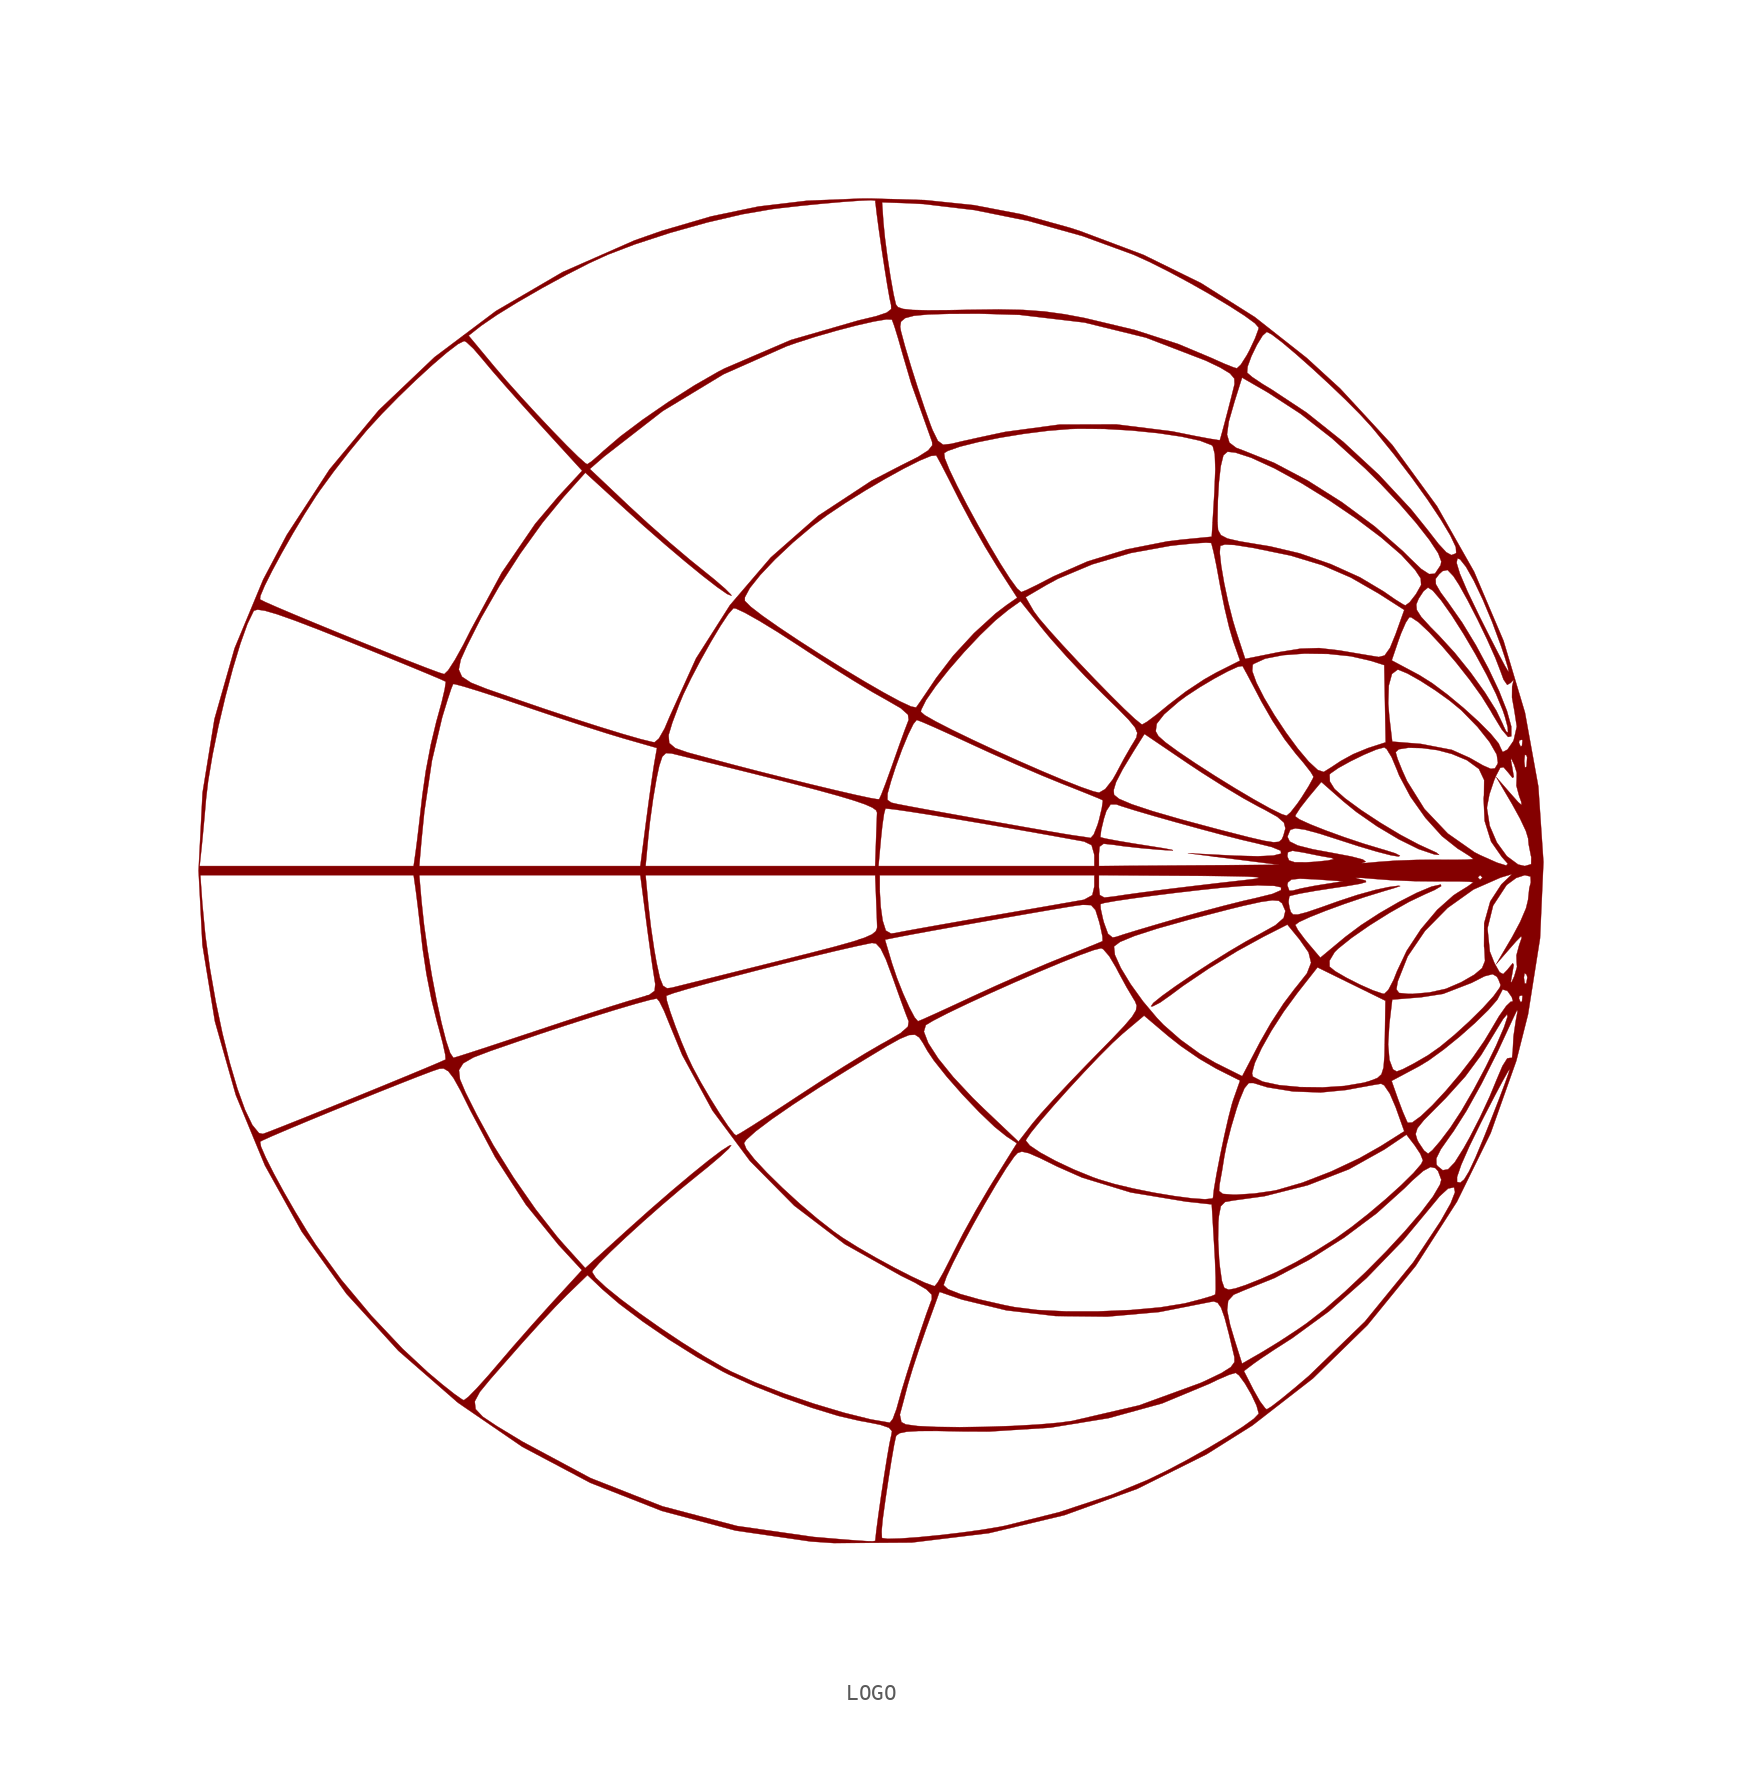
<source format=kicad_sym>
(kicad_symbol_lib
  (version 20220914)
  (generator "bitmap2component")
  (generator_version "8.0")
  (symbol "LOGO"
    (pin_names
      (offset 1.016))
    (property "Reference" "#G"
      (at 0 44.172 0)
      (effects (font (size 1.27 1.27)) hide))
    (symbol "LOGO_0_0"
      (polyline (pts (xy 2.572 -42.287) (xy 7.391 -41.702) (xy 12.107 -40.579) (xy 16.663 -38.931) (xy 21.001 -36.77) (xy 23.856 -34.974) (xy 27.641 -32.036) (xy 31.058 -28.695) (xy 34.074 -24.995) (xy 36.652 -20.98) (xy 38.759 -16.694) (xy 40.36 -12.181) (xy 41.094 -9.276) (xy 41.846 -4.512) (xy 42.057 0.249) (xy 41.739 4.965) (xy 40.903 9.59) (xy 39.561 14.082) (xy 37.724 18.397) (xy 35.403 22.491) (xy 32.61 26.319) (xy 29.357 29.84) (xy 27.255 31.764) (xy 24.012 34.317) (xy 20.652 36.439) (xy 17.044 38.209) (xy 13.057 39.705) (xy 12.46 39.897) (xy 9.409 40.746) (xy 6.457 41.312) (xy 3.392 41.628) (xy 0 41.726) (xy -0.666 41.722) (xy -3.981 41.587) (xy -7.009 41.227) (xy -9.963 40.611) (xy -13.057 39.705) (xy -14.758 39.108) (xy -19.246 37.133) (xy -23.424 34.693) (xy -25.47 33.155) (xy -25.129 33.155) (xy -24.42 33.712) (xy -24.311 33.796) (xy -23.355 34.45) (xy -22.055 35.251) (xy -20.562 36.112) (xy -19.025 36.95) (xy -17.596 37.681) (xy -16.422 38.219) (xy -14.758 38.854) (xy -12.538 39.579) (xy -10.226 40.227) (xy -8.024 40.741) (xy -6.136 41.066) (xy -5.658 41.125) (xy -4.34 41.273) (xy -2.993 41.406) (xy -1.738 41.515) (xy -0.693 41.59) (xy 0.023 41.621) (xy 0.291 41.598) (xy 0.297 41.53) (xy 0.301 41.489) (xy 0.714 41.489) (xy 2.426 41.428) (xy 3.317 41.38) (xy 6.505 41.002) (xy 9.882 40.32) (xy 13.253 39.377) (xy 16.424 38.218) (xy 17.427 37.764) (xy 18.647 37.151) (xy 19.95 36.451) (xy 21.238 35.721) (xy 22.411 35.019) (xy 23.372 34.403) (xy 24.02 33.93) (xy 24.259 33.657) (xy 24.238 33.542) (xy 24.034 32.99) (xy 23.682 32.238) (xy 23.511 31.921) (xy 23.14 31.34) (xy 22.897 31.111) (xy 22.695 31.167) (xy 22.087 31.409) (xy 21.262 31.778) (xy 19.232 32.63) (xy 16.502 33.513) (xy 13.377 34.257) (xy 12.126 34.492) (xy 10.855 34.667) (xy 9.537 34.763) (xy 7.997 34.793) (xy 6.061 34.769) (xy 4.968 34.748) (xy 3.576 34.737) (xy 2.623 34.761) (xy 2.027 34.826) (xy 1.707 34.938) (xy 1.581 35.103) (xy 1.435 35.74) (xy 1.246 36.802) (xy 1.056 38.04) (xy 0.897 39.249) (xy 0.801 40.222) (xy 0.714 41.489) (xy 0.301 41.489) (xy 0.378 40.815) (xy 0.515 39.786) (xy 0.688 38.59) (xy 0.873 37.373) (xy 1.048 36.282) (xy 1.192 35.464) (xy 1.281 35.065) (xy 1.286 34.812) (xy 1.009 34.594) (xy 0.356 34.373) (xy -0.767 34.103) (xy -4.993 32.88) (xy -9.133 31.103) (xy -9.518 30.904) (xy -11.006 30.05) (xy -12.63 29.017) (xy -14.229 27.916) (xy -15.643 26.854) (xy -16.709 25.943) (xy -16.926 25.741) (xy -17.444 25.293) (xy -17.715 25.115) (xy -17.831 25.183) (xy -18.286 25.59) (xy -18.994 26.288) (xy -19.874 27.195) (xy -20.846 28.224) (xy -21.829 29.292) (xy -22.743 30.313) (xy -23.507 31.204) (xy -25.129 33.155) (xy -25.47 33.155) (xy -27.264 31.807) (xy -30.74 28.499) (xy -33.825 24.79) (xy -36.492 20.702) (xy -37.967 17.911) (xy -38.483 16.671) (xy -38.17 16.671) (xy -38.141 16.892) (xy -37.876 17.522) (xy -37.411 18.451) (xy -36.803 19.577) (xy -36.107 20.798) (xy -35.378 22.012) (xy -34.671 23.117) (xy -34.428 23.472) (xy -33.563 24.655) (xy -32.55 25.958) (xy -31.56 27.157) (xy -31.444 27.291) (xy -30.544 28.273) (xy -29.511 29.326) (xy -28.431 30.369) (xy -27.393 31.32) (xy -26.485 32.1) (xy -25.794 32.627) (xy -25.408 32.82) (xy -25.264 32.748) (xy -24.827 32.34) (xy -24.269 31.692) (xy -24.21 31.619) (xy -23.629 30.927) (xy -22.781 29.954) (xy -21.771 28.817) (xy -20.703 27.636) (xy -18.03 24.709) (xy -19.535 23.083) (xy -20.965 21.393) (xy -23.06 18.332) (xy -24.997 14.751) (xy -25.454 13.842) (xy -25.985 12.884) (xy -26.374 12.281) (xy -25.744 12.281) (xy -25.623 12.894) (xy -25.232 13.764) (xy -24.618 14.983) (xy -24.341 15.523) (xy -23.212 17.495) (xy -21.888 19.545) (xy -20.504 21.47) (xy -19.195 23.067) (xy -17.832 24.587) (xy -15.266 22.24) (xy -14.173 21.255) (xy -12.857 20.105) (xy -11.608 19.047) (xy -10.495 18.138) (xy -9.591 17.438) (xy -8.968 17.004) (xy -8.696 16.894) (xy -8.728 16.966) (xy -9.086 17.326) (xy -9.755 17.905) (xy -10.642 18.621) (xy -11.287 19.141) (xy -12.548 20.209) (xy -13.894 21.396) (xy -15.126 22.528) (xy -17.552 24.821) (xy -16.695 25.564) (xy -16.669 25.587) (xy -12.994 28.442) (xy -9.193 30.741) (xy -5.262 32.486) (xy -4.657 32.699) (xy -3.414 33.096) (xy -2.107 33.472) (xy -0.859 33.797) (xy 0.211 34.04) (xy 0.98 34.17) (xy 1.327 34.157) (xy 1.341 34.135) (xy 1.489 33.734) (xy 1.494 33.716) (xy 1.847 33.716) (xy 1.899 34.031) (xy 2.161 34.252) (xy 2.705 34.396) (xy 3.602 34.479) (xy 4.925 34.518) (xy 6.747 34.529) (xy 9.297 34.455) (xy 13.365 33.975) (xy 17.211 33.03) (xy 20.928 31.603) (xy 21.839 31.169) (xy 22.382 30.843) (xy 23.533 30.843) (xy 23.566 31.223) (xy 23.803 31.869) (xy 24.148 32.58) (xy 24.501 33.155) (xy 24.767 33.391) (xy 25.08 33.225) (xy 25.722 32.734) (xy 26.595 31.998) (xy 27.607 31.1) (xy 28.67 30.12) (xy 29.693 29.142) (xy 30.586 28.244) (xy 31.26 27.511) (xy 31.549 27.168) (xy 32.722 25.725) (xy 33.827 24.278) (xy 34.815 22.902) (xy 35.636 21.67) (xy 36.242 20.657) (xy 36.581 19.934) (xy 36.605 19.577) (xy 36.553 19.529) (xy 36.304 19.437) (xy 35.982 19.615) (xy 35.505 20.129) (xy 34.79 21.048) (xy 33.771 22.312) (xy 31.773 24.456) (xy 29.547 26.515) (xy 27.251 28.345) (xy 25.043 29.804) (xy 24.501 30.131) (xy 23.851 30.567) (xy 23.534 30.84) (xy 23.533 30.843) (xy 22.382 30.843) (xy 22.464 30.793) (xy 22.735 30.472) (xy 22.748 30.127) (xy 22.713 29.976) (xy 22.554 29.338) (xy 22.337 28.495) (xy 22.111 27.634) (xy 21.934 26.977) (xy 22.277 26.977) (xy 22.389 27.787) (xy 22.74 29.011) (xy 23.219 30.531) (xy 24.524 29.779) (xy 24.854 29.586) (xy 26.87 28.273) (xy 28.837 26.736) (xy 30.925 24.841) (xy 31.864 23.911) (xy 33.058 22.645) (xy 34.102 21.442) (xy 34.931 20.385) (xy 35.477 19.556) (xy 35.674 19.035) (xy 35.66 18.962) (xy 36.626 18.962) (xy 36.685 19.229) (xy 36.843 19.174) (xy 37.219 18.7) (xy 37.709 17.83) (xy 38.268 16.652) (xy 38.853 15.253) (xy 39.42 13.723) (xy 39.644 13.053) (xy 39.838 12.401) (xy 39.885 12.13) (xy 39.865 12.148) (xy 39.652 12.508) (xy 39.25 13.262) (xy 38.707 14.319) (xy 38.069 15.587) (xy 38.061 15.604) (xy 37.304 17.177) (xy 36.829 18.288) (xy 36.626 18.962) (xy 35.66 18.962) (xy 35.631 18.807) (xy 35.298 18.308) (xy 35.244 18.27) (xy 34.909 18.252) (xy 34.41 18.576) (xy 33.657 19.299) (xy 33.269 19.686) (xy 31.494 21.24) (xy 29.459 22.744) (xy 27.317 24.098) (xy 25.223 25.204) (xy 23.331 25.962) (xy 22.858 26.139) (xy 22.426 26.466) (xy 22.277 26.977) (xy 21.934 26.977) (xy 21.926 26.947) (xy 21.831 26.623) (xy 21.726 26.627) (xy 21.175 26.716) (xy 20.262 26.887) (xy 19.108 27.119) (xy 18.832 27.174) (xy 15.355 27.607) (xy 11.814 27.596) (xy 8.419 27.139) (xy 7.916 27.033) (xy 6.708 26.773) (xy 5.704 26.55) (xy 5.081 26.402) (xy 5.041 26.392) (xy 4.533 26.336) (xy 4.202 26.581) (xy 3.874 27.249) (xy 3.753 27.555) (xy 3.386 28.578) (xy 2.955 29.873) (xy 2.521 31.243) (xy 2.147 32.494) (xy 1.896 33.43) (xy 1.847 33.716) (xy 1.494 33.716) (xy 1.729 32.952) (xy 2.018 31.933) (xy 2.545 30.144) (xy 3.844 26.509) (xy 3.856 26.3) (xy 3.6 25.98) (xy 3.332 25.809) (xy 4.595 25.809) (xy 4.819 25.948) (xy 5.58 26.215) (xy 6.712 26.498) (xy 8.091 26.774) (xy 9.591 27.019) (xy 11.088 27.208) (xy 12.459 27.318) (xy 13.021 27.337) (xy 14.624 27.323) (xy 16.315 27.225) (xy 17.962 27.06) (xy 19.433 26.842) (xy 20.597 26.586) (xy 21.321 26.308) (xy 21.391 26.234) (xy 21.515 25.748) (xy 21.547 24.802) (xy 21.488 23.344) (xy 21.376 21.483) (xy 21.683 21.483) (xy 21.693 22.195) (xy 21.705 22.829) (xy 21.772 23.991) (xy 21.877 24.921) (xy 21.895 25.031) (xy 22.052 25.673) (xy 22.309 25.898) (xy 22.801 25.845) (xy 23.788 25.525) (xy 25.251 24.855) (xy 26.914 23.944) (xy 28.657 22.87) (xy 30.36 21.712) (xy 31.904 20.548) (xy 33.169 19.456) (xy 34.034 18.514) (xy 34.387 17.977) (xy 34.412 17.568) (xy 34.101 17.016) (xy 34.086 16.993) (xy 33.695 16.487) (xy 33.515 16.354) (xy 34.108 16.354) (xy 34.262 16.723) (xy 34.566 17.186) (xy 34.842 17.409) (xy 35.141 17.218) (xy 35.661 16.608) (xy 36.319 15.677) (xy 37.053 14.525) (xy 37.801 13.254) (xy 38.502 11.963) (xy 39.095 10.754) (xy 39.518 9.728) (xy 39.651 9.33) (xy 39.826 8.668) (xy 39.842 8.353) (xy 39.733 8.396) (xy 39.543 8.797) (xy 39.527 8.845) (xy 39.108 9.719) (xy 38.398 10.853) (xy 37.498 12.105) (xy 36.507 13.335) (xy 35.527 14.405) (xy 35.008 14.928) (xy 34.417 15.573) (xy 34.139 16.01) (xy 34.108 16.354) (xy 33.515 16.354) (xy 33.43 16.291) (xy 33.301 16.347) (xy 32.803 16.656) (xy 32.107 17.138) (xy 32.078 17.159) (xy 30.587 18.048) (xy 28.756 18.875) (xy 26.807 19.55) (xy 24.967 19.983) (xy 24.188 20.11) (xy 23.037 20.303) (xy 22.304 20.473) (xy 21.896 20.685) (xy 21.72 21.001) (xy 21.683 21.483) (xy 21.376 21.483) (xy 21.323 20.585) (xy 19.437 20.402) (xy 18.568 20.298) (xy 16.022 19.796) (xy 13.563 19.042) (xy 11.425 18.104) (xy 11.308 18.042) (xy 10.408 17.577) (xy 9.731 17.248) (xy 9.418 17.124) (xy 9.162 17.343) (xy 8.705 17.972) (xy 8.106 18.911) (xy 7.422 20.06) (xy 6.706 21.32) (xy 6.014 22.592) (xy 5.402 23.777) (xy 4.925 24.774) (xy 4.637 25.485) (xy 4.595 25.809) (xy 3.332 25.809) (xy 2.962 25.573) (xy 1.864 25.022) (xy 0.057 24.086) (xy -3.278 21.893) (xy -6.239 19.288) (xy -8.381 16.788) (xy -7.866 16.788) (xy -7.552 17.373) (xy -6.901 18.189) (xy -5.981 19.162) (xy -4.86 20.216) (xy -3.606 21.276) (xy -3.604 21.278) (xy -2.695 21.951) (xy -1.573 22.701) (xy -0.338 23.471) (xy 0.911 24.205) (xy 2.079 24.848) (xy 3.064 25.343) (xy 3.771 25.635) (xy 4.1 25.667) (xy 4.167 25.559) (xy 4.45 25.032) (xy 4.89 24.178) (xy 5.425 23.117) (xy 5.57 22.831) (xy 6.33 21.405) (xy 7.158 19.947) (xy 7.9 18.731) (xy 9.142 16.806) (xy 9.69 16.806) (xy 10.987 17.567) (xy 11.714 17.96) (xy 13.857 18.859) (xy 16.263 19.566) (xy 18.718 20.013) (xy 19.183 20.067) (xy 20.22 20.169) (xy 20.966 20.215) (xy 21.283 20.195) (xy 21.311 20.133) (xy 21.438 19.637) (xy 21.448 19.59) (xy 21.824 19.59) (xy 21.856 20.011) (xy 22.144 20.099) (xy 22.753 20.07) (xy 23.918 19.886) (xy 26.255 19.406) (xy 28.24 18.804) (xy 30.023 18.031) (xy 31.755 17.036) (xy 33.358 16.01) (xy 32.819 14.498) (xy 32.468 13.637) (xy 32.13 13.162) (xy 31.766 13.066) (xy 31.305 13.141) (xy 30.437 13.286) (xy 29.395 13.462) (xy 29.301 13.478) (xy 28.037 13.624) (xy 26.867 13.588) (xy 25.477 13.363) (xy 23.414 12.948) (xy 22.845 14.679) (xy 22.646 15.34) (xy 22.352 16.494) (xy 22.099 17.685) (xy 21.914 18.766) (xy 21.824 19.59) (xy 21.448 19.59) (xy 21.618 18.769) (xy 21.821 17.664) (xy 21.867 17.408) (xy 22.129 16.108) (xy 22.414 14.91) (xy 22.667 14.046) (xy 23.093 12.84) (xy 21.606 12.093) (xy 20.861 11.673) (xy 19.697 10.903) (xy 18.648 10.097) (xy 17.881 9.469) (xy 17.28 9.019) (xy 16.98 8.847) (xy 16.918 8.873) (xy 16.515 9.199) (xy 15.839 9.835) (xy 14.969 10.699) (xy 13.986 11.704) (xy 12.971 12.769) (xy 12.004 13.807) (xy 11.166 14.737) (xy 10.536 15.473) (xy 10.196 15.931) (xy 9.69 16.806) (xy 9.142 16.806) (xy 9.164 16.771) (xy 8.506 16.315) (xy 7.812 15.787) (xy 6.464 14.557) (xy 5.16 13.143) (xy 4.099 11.754) (xy 3.534 10.912) (xy 3.082 10.248) (xy 2.847 9.915) (xy 2.844 9.912) (xy 2.531 9.971) (xy 1.832 10.296) (xy 0.833 10.836) (xy -0.383 11.538) (xy -1.731 12.349) (xy -3.126 13.217) (xy -4.484 14.09) (xy -5.721 14.914) (xy -6.753 15.637) (xy -7.494 16.208) (xy -7.861 16.573) (xy -7.866 16.788) (xy -8.381 16.788) (xy -8.793 16.306) (xy -10.911 12.981) (xy -12.559 9.347) (xy -12.878 8.595) (xy -13.114 8.181) (xy -12.63 8.181) (xy -12.397 8.956) (xy -11.955 10.132) (xy -11.711 10.718) (xy -11.223 11.73) (xy -10.626 12.868) (xy -9.99 14.003) (xy -9.388 15.008) (xy -8.892 15.755) (xy -8.574 16.117) (xy -8.424 16.096) (xy -7.853 15.831) (xy -6.951 15.323) (xy -5.805 14.624) (xy -4.502 13.783) (xy -3.896 13.384) (xy -2.442 12.448) (xy -1.065 11.587) (xy 0.102 10.883) (xy 0.929 10.417) (xy 0.957 10.402) (xy 1.883 9.867) (xy 2.138 9.64) (xy 3.141 9.64) (xy 3.16 9.76) (xy 3.465 10.372) (xy 4.072 11.245) (xy 4.893 12.278) (xy 5.844 13.373) (xy 6.837 14.427) (xy 7.787 15.341) (xy 8.608 16.013) (xy 9.367 16.555) (xy 10.791 14.77) (xy 11.262 14.205) (xy 12.268 13.077) (xy 13.422 11.853) (xy 14.557 10.713) (xy 15.428 9.864) (xy 16.129 9.149) (xy 16.524 8.666) (xy 16.627 8.422) (xy 17.821 8.422) (xy 17.884 8.894) (xy 18.349 9.486) (xy 19.264 10.279) (xy 19.74 10.63) (xy 20.578 11.179) (xy 21.484 11.717) (xy 22.322 12.168) (xy 22.954 12.456) (xy 23.246 12.505) (xy 23.269 12.469) (xy 23.424 12.186) (xy 23.855 12.186) (xy 23.884 12.583) (xy 23.946 12.638) (xy 24.666 12.965) (xy 25.779 13.181) (xy 27.141 13.281) (xy 28.604 13.259) (xy 30.023 13.112) (xy 31.154 12.855) (xy 32.574 12.855) (xy 33.009 14.133) (xy 33.154 14.533) (xy 33.452 15.217) (xy 33.671 15.551) (xy 33.792 15.548) (xy 34.249 15.242) (xy 34.922 14.608) (xy 35.731 13.737) (xy 36.599 12.719) (xy 37.445 11.646) (xy 38.192 10.608) (xy 38.76 9.697) (xy 38.865 9.507) (xy 39.456 8.531) (xy 39.848 8.07) (xy 40.049 8.11) (xy 40.05 8.111) (xy 40.047 8.72) (xy 39.775 9.699) (xy 39.284 10.942) (xy 38.621 12.345) (xy 37.837 13.803) (xy 36.981 15.212) (xy 36.102 16.468) (xy 35.628 17.109) (xy 35.331 17.622) (xy 35.317 17.953) (xy 35.54 18.246) (xy 35.754 18.44) (xy 36.065 18.507) (xy 36.429 18.122) (xy 36.78 17.581) (xy 37.325 16.601) (xy 37.94 15.404) (xy 38.541 14.156) (xy 39.048 13.021) (xy 39.378 12.166) (xy 39.563 11.658) (xy 39.793 11.327) (xy 40.015 11.453) (xy 40.028 11.47) (xy 40.197 11.642) (xy 40.122 11.314) (xy 40.1 11.223) (xy 40.093 10.539) (xy 40.242 9.696) (xy 40.392 8.719) (xy 40.199 7.872) (xy 40.15 7.769) (xy 40.105 7.706) (xy 40.526 7.706) (xy 40.547 7.857) (xy 40.716 7.896) (xy 40.75 7.854) (xy 40.716 7.515) (xy 40.63 7.471) (xy 40.526 7.706) (xy 40.105 7.706) (xy 39.809 7.28) (xy 39.512 7.124) (xy 39.384 7.378) (xy 39.257 7.664) (xy 38.764 8.265) (xy 37.996 9.037) (xy 37.06 9.885) (xy 36.06 10.714) (xy 35.104 11.43) (xy 34.295 11.938) (xy 32.574 12.855) (xy 31.154 12.855) (xy 31.251 12.833) (xy 32.107 12.56) (xy 32.151 10.167) (xy 32.355 10.167) (xy 32.389 11.278) (xy 32.588 12.009) (xy 32.938 12.272) (xy 33.01 12.263) (xy 33.558 12.037) (xy 34.372 11.578) (xy 35.303 10.979) (xy 36.2 10.336) (xy 36.914 9.746) (xy 36.944 9.717) (xy 37.937 8.699) (xy 38.691 7.75) (xy 39.139 6.968) (xy 39.213 6.449) (xy 39.178 6.361) (xy 39.025 6.107) (xy 38.77 6.075) (xy 38.282 6.288) (xy 37.434 6.77) (xy 36.334 7.261) (xy 34.401 7.634) (xy 32.605 7.778) (xy 32.424 9.319) (xy 32.355 10.167) (xy 32.151 10.167) (xy 32.151 10.146) (xy 32.196 7.732) (xy 31.152 7.394) (xy 31.085 7.372) (xy 30.169 6.995) (xy 29.395 6.571) (xy 28.816 6.188) (xy 28.337 5.888) (xy 28.322 5.88) (xy 27.949 6.006) (xy 27.385 6.529) (xy 26.7 7.344) (xy 25.962 8.348) (xy 25.239 9.438) (xy 24.601 10.51) (xy 24.117 11.46) (xy 23.855 12.186) (xy 23.424 12.186) (xy 23.492 12.062) (xy 23.889 11.312) (xy 24.395 10.346) (xy 24.427 10.284) (xy 25.116 9.086) (xy 25.886 7.917) (xy 26.577 7.02) (xy 27.058 6.455) (xy 27.509 5.879) (xy 27.683 5.587) (xy 27.644 5.471) (xy 27.374 4.977) (xy 26.932 4.275) (xy 26.679 3.907) (xy 26.251 3.359) (xy 26.004 3.146) (xy 25.705 3.239) (xy 24.975 3.598) (xy 23.962 4.162) (xy 22.775 4.864) (xy 21.522 5.639) (xy 20.308 6.42) (xy 19.243 7.138) (xy 18.434 7.729) (xy 17.987 8.125) (xy 17.821 8.422) (xy 16.627 8.422) (xy 16.668 8.326) (xy 16.617 8.04) (xy 16.428 7.716) (xy 16.298 7.508) (xy 15.827 6.689) (xy 15.343 5.779) (xy 15.13 5.403) (xy 14.666 4.81) (xy 14.54 4.737) (xy 15.189 4.737) (xy 15.345 5.252) (xy 15.752 6.04) (xy 16.452 7.196) (xy 17.118 8.256) (xy 19.836 6.413) (xy 20.706 5.837) (xy 22.047 4.988) (xy 23.294 4.24) (xy 24.262 3.708) (xy 24.606 3.533) (xy 25.423 3.077) (xy 25.835 2.719) (xy 25.93 2.355) (xy 25.798 1.878) (xy 25.777 1.835) (xy 26.056 1.835) (xy 26.212 2.22) (xy 26.256 2.272) (xy 26.549 2.356) (xy 27.125 2.279) (xy 28.065 2.025) (xy 29.454 1.578) (xy 30.487 1.244) (xy 31.638 0.902) (xy 32.52 0.673) (xy 32.999 0.596) (xy 33.091 0.643) (xy 32.797 0.796) (xy 32.107 1.013) (xy 31.974 1.05) (xy 30.82 1.397) (xy 29.604 1.804) (xy 28.447 2.224) (xy 27.469 2.612) (xy 26.794 2.922) (xy 26.542 3.108) (xy 26.573 3.2) (xy 26.863 3.648) (xy 27.357 4.28) (xy 28.173 5.257) (xy 29.564 4.032) (xy 30.362 3.384) (xy 31.66 2.481) (xy 33.014 1.674) (xy 34.263 1.057) (xy 35.246 0.724) (xy 35.537 0.697) (xy 35.367 0.839) (xy 34.684 1.152) (xy 34.255 1.348) (xy 33.122 1.95) (xy 31.873 2.699) (xy 30.666 3.493) (xy 29.657 4.232) (xy 29.001 4.815) (xy 28.707 5.286) (xy 28.689 5.719) (xy 28.752 5.79) (xy 29.234 6.125) (xy 29.999 6.548) (xy 30.859 6.967) (xy 31.626 7.288) (xy 32.111 7.417) (xy 32.258 7.314) (xy 32.378 7.117) (xy 32.82 7.117) (xy 33.016 7.299) (xy 33.624 7.394) (xy 34.487 7.373) (xy 35.444 7.243) (xy 36.335 7.007) (xy 37.276 6.615) (xy 38.025 6.07) (xy 38.352 5.376) (xy 38.341 4.424) (xy 38.318 4.218) (xy 38.346 3.595) (xy 38.528 3.595) (xy 38.532 3.702) (xy 38.681 4.486) (xy 38.975 5.36) (xy 39.107 5.67) (xy 39.356 6.142) (xy 39.563 6.18) (xy 39.85 5.851) (xy 40.125 5.51) (xy 40.204 5.573) (xy 40.11 6.136) (xy 40.02 6.63) (xy 40.046 6.724) (xy 40.121 6.564) (xy 40.856 6.564) (xy 40.896 6.957) (xy 41 6.921) (xy 41.038 6.792) (xy 41 6.207) (xy 40.901 6.159) (xy 40.856 6.564) (xy 40.121 6.564) (xy 40.234 6.324) (xy 40.389 5.833) (xy 40.382 5.42) (xy 40.367 5.023) (xy 40.539 4.376) (xy 40.666 4.027) (xy 40.701 3.81) (xy 40.491 3.982) (xy 39.972 4.566) (xy 39.102 5.565) (xy 40.099 3.87) (xy 40.597 2.964) (xy 40.961 2.189) (xy 41.101 1.729) (xy 41.135 1.353) (xy 41.276 0.642) (xy 41.297 0.562) (xy 41.289 0.116) (xy 40.894 0) (xy 40.477 0.094) (xy 39.769 0.618) (xy 39.144 1.475) (xy 38.698 2.516) (xy 38.528 3.595) (xy 38.346 3.595) (xy 38.382 2.821) (xy 38.785 1.53) (xy 39.465 0.557) (xy 39.476 0.546) (xy 39.832 0.146) (xy 39.728 0.034) (xy 39.154 0.213) (xy 38.1 0.682) (xy 37.746 0.862) (xy 36.078 2.032) (xy 34.618 3.57) (xy 33.533 5.307) (xy 33.232 5.973) (xy 32.935 6.71) (xy 32.82 7.117) (xy 32.378 7.117) (xy 32.569 6.804) (xy 32.901 6.013) (xy 33.039 5.661) (xy 33.742 4.338) (xy 34.679 3.014) (xy 35.712 1.871) (xy 36.7 1.088) (xy 36.904 0.966) (xy 37.452 0.616) (xy 37.672 0.439) (xy 37.657 0.43) (xy 37.28 0.402) (xy 36.502 0.388) (xy 35.46 0.393) (xy 34.16 0.385) (xy 32.785 0.336) (xy 31.679 0.255) (xy 31.034 0.194) (xy 30.683 0.179) (xy 30.823 0.227) (xy 30.947 0.275) (xy 30.766 0.41) (xy 30.057 0.596) (xy 28.846 0.825) (xy 27.645 1.047) (xy 26.702 1.285) (xy 26.196 1.535) (xy 26.056 1.835) (xy 25.777 1.835) (xy 25.697 1.658) (xy 25.524 1.515) (xy 25.192 1.486) (xy 24.604 1.577) (xy 23.659 1.797) (xy 22.261 2.154) (xy 21.796 2.274) (xy 19.443 2.904) (xy 17.628 3.43) (xy 16.331 3.86) (xy 15.534 4.198) (xy 15.219 4.451) (xy 15.189 4.737) (xy 14.54 4.737) (xy 14.284 4.587) (xy 13.949 4.66) (xy 13.155 4.935) (xy 12.048 5.372) (xy 10.722 5.929) (xy 9.27 6.564) (xy 7.785 7.234) (xy 6.362 7.898) (xy 5.092 8.513) (xy 4.07 9.037) (xy 3.388 9.426) (xy 3.141 9.64) (xy 2.138 9.64) (xy 2.336 9.463) (xy 2.379 9.133) (xy 2.347 9.056) (xy 2.127 8.48) (xy 1.795 7.567) (xy 1.41 6.476) (xy 1.286 6.124) (xy 0.934 5.153) (xy 0.665 4.457) (xy 0.531 4.17) (xy 0.469 4.168) (xy -0.031 4.254) (xy -0.953 4.452) (xy -2.201 4.74) (xy -3.683 5.095) (xy -5.304 5.494) (xy -6.971 5.914) (xy -8.59 6.334) (xy -10.068 6.73) (xy -10.168 6.757) (xy -11.422 7.096) (xy -12.207 7.368) (xy -12.588 7.691) (xy -12.63 8.181) (xy -13.114 8.181) (xy -13.238 7.965) (xy -13.505 7.735) (xy -13.649 7.756) (xy -14.372 7.933) (xy -15.504 8.258) (xy -16.947 8.702) (xy -18.608 9.234) (xy -20.39 9.826) (xy -22.197 10.446) (xy -22.535 10.564) (xy -23.99 11.068) (xy -24.977 11.46) (xy -25.545 11.834) (xy -25.744 12.281) (xy -26.374 12.281) (xy -26.405 12.233) (xy -26.652 11.995) (xy -26.652 11.995) (xy -26.997 12.102) (xy -27.77 12.39) (xy -28.875 12.819) (xy -30.217 13.35) (xy -31.699 13.945) (xy -33.226 14.565) (xy -34.702 15.171) (xy -36.03 15.723) (xy -37.114 16.183) (xy -37.86 16.512) (xy -38.17 16.671) (xy -38.483 16.671) (xy -39.755 13.614) (xy -41.014 9.188) (xy -41.76 4.575) (xy -41.994 0) (xy -41.942 0) (xy -41.814 1.213) (xy -41.754 1.821) (xy -41.644 2.997) (xy -41.541 4.191) (xy -41.41 5.314) (xy -41.137 6.945) (xy -40.768 8.741) (xy -40.334 10.58) (xy -39.867 12.34) (xy -39.396 13.901) (xy -38.952 15.141) (xy -38.566 15.938) (xy -38.547 15.962) (xy -38.322 16.028) (xy -37.861 15.961) (xy -37.105 15.741) (xy -35.999 15.35) (xy -34.483 14.77) (xy -32.501 13.981) (xy -31.75 13.678) (xy -30.12 13.018) (xy -28.709 12.441) (xy -27.595 11.979) (xy -26.855 11.665) (xy -26.568 11.531) (xy -26.558 11.493) (xy -26.621 11.054) (xy -26.81 10.247) (xy -27.095 9.207) (xy -27.142 9.041) (xy -27.49 7.593) (xy -27.803 5.946) (xy -28.021 4.424) (xy -28.071 3.974) (xy -28.214 2.716) (xy -28.343 1.635) (xy -28.434 0.927) (xy -28.565 0) (xy -28.213 0) (xy -28.072 1.641) (xy -27.898 3.384) (xy -27.421 6.588) (xy -26.785 9.275) (xy -26.749 9.399) (xy -26.454 10.364) (xy -26.22 11.073) (xy -26.097 11.378) (xy -25.986 11.369) (xy -25.423 11.219) (xy -24.471 10.927) (xy -23.224 10.522) (xy -21.775 10.033) (xy -21.221 9.844) (xy -19.54 9.279) (xy -17.91 8.745) (xy -16.493 8.295) (xy -15.453 7.98) (xy -13.355 7.379) (xy -13.515 6.472) (xy -13.562 6.186) (xy -13.695 5.287) (xy -13.861 4.093) (xy -14.035 2.783) (xy -14.395 0) (xy -14.067 0) (xy -13.89 1.89) (xy -13.794 2.769) (xy -13.595 4.214) (xy -13.379 5.483) (xy -13.213 6.26) (xy -13.022 6.839) (xy -12.789 7.06) (xy -12.444 7.038) (xy -9.954 6.427) (xy -7.306 5.77) (xy -5.134 5.221) (xy -3.396 4.768) (xy -2.046 4.397) (xy -1.173 4.136) (xy 1.051 4.136) (xy 1.059 4.527) (xy 1.276 5.301) (xy 1.561 6.183) (xy 1.959 7.275) (xy 2.349 8.218) (xy 2.675 8.881) (xy 2.883 9.132) (xy 2.893 9.13) (xy 3.249 8.994) (xy 4.007 8.665) (xy 5.061 8.188) (xy 6.308 7.611) (xy 7.49 7.069) (xy 9.133 6.338) (xy 10.706 5.662) (xy 11.986 5.138) (xy 12.539 4.921) (xy 13.519 4.53) (xy 14.215 4.247) (xy 14.502 4.12) (xy 14.515 4.063) (xy 14.452 3.615) (xy 14.277 2.883) (xy 14.188 2.579) (xy 13.95 1.975) (xy 13.759 1.755) (xy 13.374 1.818) (xy 12.7 1.914) (xy 12.65 1.921) (xy 12.036 2.02) (xy 10.997 2.197) (xy 9.65 2.432) (xy 8.111 2.704) (xy 6.499 2.991) (xy 4.931 3.273) (xy 3.523 3.528) (xy 2.394 3.737) (xy 1.66 3.878) (xy 1.296 3.962) (xy 1.051 4.136) (xy -1.173 4.136) (xy -1.041 4.096) (xy -0.338 3.853) (xy 0.108 3.654) (xy 0.341 3.487) (xy 0.404 3.34) (xy 0.394 3.114) (xy 0.366 2.363) (xy 0.333 1.427) (xy 0.285 0) (xy 0.491 0) (xy 0.649 1.735) (xy 0.733 2.538) (xy 0.838 3.263) (xy 0.924 3.587) (xy 0.977 3.592) (xy 1.473 3.541) (xy 2.423 3.404) (xy 3.751 3.197) (xy 5.378 2.93) (xy 7.229 2.618) (xy 9.224 2.273) (xy 11.288 1.907) (xy 13.342 1.534) (xy 13.813 1.308) (xy 13.974 0.745) (xy 14.27 0.745) (xy 14.313 1.211) (xy 14.564 1.394) (xy 15.197 1.327) (xy 15.791 1.242) (xy 16.84 1.125) (xy 17.98 1.024) (xy 18.443 0.991) (xy 18.898 0.972) (xy 18.848 1.013) (xy 18.271 1.118) (xy 17.149 1.296) (xy 16.463 1.404) (xy 15.416 1.58) (xy 14.677 1.719) (xy 14.375 1.798) (xy 14.363 1.838) (xy 14.414 2.26) (xy 14.583 2.964) (xy 14.738 3.45) (xy 15.004 3.854) (xy 15.36 3.853) (xy 15.636 3.755) (xy 16.509 3.481) (xy 17.723 3.124) (xy 19.14 2.723) (xy 20.622 2.315) (xy 22.03 1.938) (xy 23.227 1.633) (xy 24.074 1.436) (xy 25.078 1.189) (xy 25.635 0.959) (xy 25.66 0.777) (xy 25.176 0.656) (xy 24.202 0.609) (xy 22.76 0.648) (xy 19.835 0.799) (xy 21.355 0.607) (xy 26.046 0.607) (xy 26.082 0.859) (xy 26.37 0.955) (xy 27.061 0.843) (xy 27.129 0.829) (xy 28.049 0.642) (xy 28.825 0.504) (xy 28.948 0.431) (xy 28.584 0.346) (xy 27.809 0.268) (xy 27.247 0.233) (xy 26.512 0.235) (xy 26.154 0.352) (xy 26.046 0.607) (xy 21.355 0.607) (xy 22.689 0.439) (xy 25.543 0.078) (xy 19.906 0.039) (xy 14.27 0) (xy 14.27 0.745) (xy 13.974 0.745) (xy 13.984 0.708) (xy 13.984 0) (xy 7.238 0) (xy 0.491 0) (xy 0.285 0) (xy -6.891 0) (xy -14.067 0) (xy -14.395 0) (xy -21.304 0) (xy -28.213 0) (xy -28.565 0) (xy -35.254 0) (xy -41.942 0) (xy -41.994 0) (xy -42.009 -0.285) (xy -41.994 -0.571) (xy -41.899 -0.571) (xy -35.232 -0.571) (xy -28.565 -0.571) (xy -28.213 -0.571) (xy -21.304 -0.571) (xy -14.395 -0.571) (xy -14.067 -0.571) (xy -6.891 -0.571) (xy 0.285 -0.571) (xy 0.324 -1.534) (xy 0.571 -1.534) (xy 0.571 -0.571) (xy 7.278 -0.571) (xy 13.984 -0.571) (xy 13.984 -1.279) (xy 13.976 -1.316) (xy 14.27 -1.316) (xy 14.27 -0.571) (xy 19.906 -0.608) (xy 20.841 -0.615) (xy 22.448 -0.633) (xy 23.536 -0.657) (xy 24.14 -0.692) (xy 24.214 -0.714) (xy 37.957 -0.714) (xy 38.1 -0.571) (xy 38.243 -0.714) (xy 38.1 -0.856) (xy 37.957 -0.714) (xy 24.214 -0.714) (xy 24.295 -0.738) (xy 24.038 -0.799) (xy 23.402 -0.877) (xy 23.217 -0.898) (xy 21.807 -1.057) (xy 20.621 -1.197) (xy 26.044 -1.197) (xy 26.082 -1.024) (xy 26.304 -0.844) (xy 26.838 -0.789) (xy 27.809 -0.833) (xy 29.538 -0.953) (xy 28.154 -1.17) (xy 27.704 -1.245) (xy 26.884 -1.405) (xy 26.389 -1.534) (xy 26.174 -1.544) (xy 26.044 -1.197) (xy 20.621 -1.197) (xy 20.195 -1.247) (xy 18.693 -1.429) (xy 18.241 -1.486) (xy 16.984 -1.649) (xy 15.904 -1.798) (xy 15.197 -1.905) (xy 14.611 -1.969) (xy 14.326 -1.815) (xy 14.27 -1.316) (xy 13.976 -1.316) (xy 13.858 -1.821) (xy 13.342 -2.105) (xy 12.889 -2.185) (xy 11.964 -2.347) (xy 11.789 -2.378) (xy 14.365 -2.378) (xy 14.604 -2.308) (xy 15.317 -2.181) (xy 16.386 -2.023) (xy 17.697 -1.846) (xy 19.136 -1.666) (xy 20.586 -1.499) (xy 21.935 -1.357) (xy 23.066 -1.257) (xy 24.185 -1.199) (xy 25.161 -1.221) (xy 25.658 -1.33) (xy 25.653 -1.509) (xy 25.122 -1.741) (xy 24.044 -2.009) (xy 23.32 -2.172) (xy 22.065 -2.487) (xy 20.602 -2.876) (xy 19.121 -3.29) (xy 17.855 -3.659) (xy 16.688 -4.005) (xy 15.813 -4.273) (xy 15.36 -4.424) (xy 15.127 -4.467) (xy 14.837 -4.234) (xy 14.583 -3.535) (xy 14.524 -3.317) (xy 14.383 -2.675) (xy 14.365 -2.378) (xy 11.789 -2.378) (xy 10.677 -2.571) (xy 9.129 -2.84) (xy 7.42 -3.136) (xy 5.765 -3.424) (xy 4.217 -3.696) (xy 2.929 -3.926) (xy 2.003 -4.095) (xy 1.538 -4.186) (xy 1.276 -4.22) (xy 0.951 -4.035) (xy 0.753 -3.41) (xy 0.63 -2.537) (xy 0.571 -1.534) (xy 0.324 -1.534) (xy 0.336 -1.855) (xy 0.348 -2.161) (xy 0.384 -3.089) (xy 0.408 -3.764) (xy 0.403 -3.88) (xy 0.322 -4.078) (xy 0.089 -4.269) (xy -0.364 -4.474) (xy -0.75 -4.603) (xy 0.898 -4.603) (xy 1.662 -4.449) (xy 1.667 -4.449) (xy 2.453 -4.298) (xy 3.633 -4.082) (xy 5.089 -3.819) (xy 6.701 -3.532) (xy 8.348 -3.242) (xy 9.912 -2.969) (xy 11.273 -2.735) (xy 12.312 -2.561) (xy 12.908 -2.467) (xy 13.269 -2.422) (xy 13.781 -2.445) (xy 14.057 -2.75) (xy 14.283 -3.472) (xy 14.356 -3.759) (xy 14.492 -4.402) (xy 14.502 -4.691) (xy 14.419 -4.731) (xy 13.914 -4.941) (xy 13.675 -5.037) (xy 15.213 -5.037) (xy 15.219 -5.023) (xy 15.597 -4.74) (xy 16.496 -4.369) (xy 17.927 -3.907) (xy 19.9 -3.352) (xy 22.425 -2.699) (xy 23.3 -2.484) (xy 24.402 -2.241) (xy 25.108 -2.141) (xy 25.515 -2.172) (xy 25.612 -2.246) (xy 26.122 -2.246) (xy 26.172 -1.891) (xy 26.276 -1.849) (xy 26.84 -1.72) (xy 27.767 -1.555) (xy 28.924 -1.376) (xy 29.749 -1.255) (xy 30.598 -1.11) (xy 30.974 -1) (xy 30.934 -0.905) (xy 30.537 -0.805) (xy 30.467 -0.791) (xy 30.294 -0.73) (xy 30.622 -0.732) (xy 31.393 -0.798) (xy 32.553 -0.886) (xy 34.051 -0.947) (xy 35.46 -0.961) (xy 35.721 -0.958) (xy 36.714 -0.959) (xy 37.41 -0.978) (xy 37.672 -1.01) (xy 37.65 -1.039) (xy 37.314 -1.28) (xy 36.7 -1.659) (xy 36.431 -1.835) (xy 35.416 -2.739) (xy 34.396 -3.952) (xy 33.512 -5.294) (xy 32.901 -6.584) (xy 32.691 -7.115) (xy 32.38 -7.71) (xy 32.866 -7.71) (xy 32.952 -7.206) (xy 33.571 -5.647) (xy 34.656 -4.053) (xy 36.067 -2.619) (xy 37.684 -1.466) (xy 39.384 -0.718) (xy 40.098 -0.506) (xy 39.482 -1.095) (xy 39.424 -1.153) (xy 38.733 -2.213) (xy 38.354 -3.568) (xy 38.351 -3.898) (xy 38.56 -3.898) (xy 38.911 -2.473) (xy 39.738 -1.213) (xy 39.79 -1.159) (xy 40.356 -0.744) (xy 40.894 -0.569) (xy 41.249 -0.656) (xy 41.27 -1.022) (xy 41.174 -1.38) (xy 41.097 -2.109) (xy 40.968 -2.64) (xy 40.608 -3.485) (xy 40.099 -4.44) (xy 39.102 -6.136) (xy 39.972 -5.137) (xy 40.354 -4.702) (xy 40.661 -4.394) (xy 40.701 -4.483) (xy 40.539 -4.947) (xy 40.369 -5.581) (xy 40.382 -5.991) (xy 40.406 -6.304) (xy 40.234 -6.894) (xy 40.2 -6.968) (xy 40.834 -6.968) (xy 40.88 -6.688) (xy 41.006 -6.796) (xy 41.052 -6.961) (xy 40.984 -7.343) (xy 40.886 -7.338) (xy 40.834 -6.968) (xy 40.2 -6.968) (xy 40.063 -7.265) (xy 40.015 -7.248) (xy 40.11 -6.707) (xy 40.2 -6.182) (xy 40.141 -6.071) (xy 39.867 -6.404) (xy 39.811 -6.478) (xy 39.54 -6.755) (xy 39.316 -6.636) (xy 38.992 -6.062) (xy 38.706 -5.343) (xy 38.56 -3.898) (xy 38.351 -3.898) (xy 38.344 -5.016) (xy 38.368 -5.197) (xy 38.404 -5.932) (xy 38.22 -6.385) (xy 37.736 -6.792) (xy 36.914 -7.264) (xy 35.988 -7.662) (xy 35.923 -7.683) (xy 34.926 -7.901) (xy 33.888 -7.991) (xy 33.594 -7.989) (xy 33.035 -7.933) (xy 32.866 -7.71) (xy 32.38 -7.71) (xy 32.361 -7.744) (xy 32.111 -7.988) (xy 32.002 -7.974) (xy 31.409 -7.775) (xy 30.593 -7.414) (xy 29.742 -6.983) (xy 29.045 -6.578) (xy 28.689 -6.29) (xy 28.686 -5.917) (xy 29.001 -5.386) (xy 29.229 -5.16) (xy 30.068 -4.488) (xy 31.192 -3.708) (xy 32.442 -2.924) (xy 33.659 -2.236) (xy 34.684 -1.748) (xy 35.247 -1.5) (xy 35.664 -1.257) (xy 35.641 -1.157) (xy 35.074 -1.282) (xy 34.145 -1.671) (xy 33.01 -2.252) (xy 31.799 -2.953) (xy 30.646 -3.701) (xy 29.681 -4.424) (xy 28.111 -5.729) (xy 27.326 -4.802) (xy 27.133 -4.567) (xy 26.71 -3.999) (xy 26.542 -3.679) (xy 26.784 -3.499) (xy 27.456 -3.19) (xy 28.442 -2.797) (xy 29.623 -2.365) (xy 30.884 -1.938) (xy 32.107 -1.561) (xy 32.712 -1.383) (xy 33.107 -1.25) (xy 32.992 -1.233) (xy 32.392 -1.312) (xy 31.56 -1.489) (xy 30.425 -1.806) (xy 29.253 -2.192) (xy 28.168 -2.579) (xy 27.257 -2.889) (xy 26.703 -3.033) (xy 26.405 -3.026) (xy 26.266 -2.879) (xy 26.184 -2.608) (xy 26.122 -2.246) (xy 25.612 -2.246) (xy 25.717 -2.324) (xy 25.927 -2.806) (xy 25.819 -3.25) (xy 25.301 -3.703) (xy 24.31 -4.255) (xy 23.485 -4.701) (xy 22.415 -5.332) (xy 21.258 -6.053) (xy 20.109 -6.8) (xy 19.064 -7.509) (xy 18.221 -8.116) (xy 17.674 -8.557) (xy 17.521 -8.769) (xy 17.634 -8.769) (xy 18.095 -8.534) (xy 18.752 -8.07) (xy 19.521 -7.497) (xy 21.15 -6.398) (xy 22.916 -5.317) (xy 24.575 -4.408) (xy 26.052 -3.659) (xy 26.716 -4.47) (xy 26.809 -4.584) (xy 27.376 -5.397) (xy 27.533 -6.046) (xy 27.274 -6.712) (xy 26.592 -7.574) (xy 26.524 -7.652) (xy 25.812 -8.595) (xy 25.033 -9.791) (xy 24.343 -10.999) (xy 23.324 -12.951) (xy 23.842 -12.951) (xy 24.013 -12.316) (xy 24.436 -11.395) (xy 25.057 -10.29) (xy 25.82 -9.105) (xy 26.671 -7.942) (xy 27.934 -6.333) (xy 30.058 -7.376) (xy 32.181 -8.419) (xy 32.144 -10.771) (xy 32.136 -11.142) (xy 32.349 -11.142) (xy 32.424 -9.89) (xy 32.605 -8.349) (xy 34.407 -8.204) (xy 35.782 -7.991) (xy 37.561 -7.304) (xy 38.381 -6.887) (xy 38.882 -6.76) (xy 39.144 -6.913) (xy 39.243 -7.082) (xy 39.38 -7.435) (xy 39.325 -7.6) (xy 38.937 -8.138) (xy 38.265 -8.878) (xy 37.414 -9.719) (xy 36.49 -10.56) (xy 35.597 -11.297) (xy 34.842 -11.829) (xy 33.964 -12.338) (xy 33.26 -12.704) (xy 32.885 -12.843) (xy 32.653 -12.71) (xy 32.43 -12.116) (xy 32.349 -11.142) (xy 32.136 -11.142) (xy 32.121 -11.855) (xy 32.063 -12.599) (xy 31.931 -13.02) (xy 31.682 -13.248) (xy 31.272 -13.413) (xy 31.213 -13.43) (xy 32.566 -13.43) (xy 34.291 -12.511) (xy 34.894 -12.144) (xy 35.826 -11.467) (xy 36.826 -10.656) (xy 37.787 -9.804) (xy 38.604 -9.006) (xy 39.172 -8.356) (xy 39.384 -7.949) (xy 39.504 -7.713) (xy 39.804 -7.802) (xy 40.082 -8.196) (xy 40.105 -8.276) (xy 40.526 -8.276) (xy 40.547 -8.125) (xy 40.716 -8.086) (xy 40.75 -8.128) (xy 40.716 -8.467) (xy 40.63 -8.511) (xy 40.526 -8.276) (xy 40.105 -8.276) (xy 40.154 -8.445) (xy 40.065 -8.481) (xy 40.019 -8.474) (xy 39.73 -8.749) (xy 39.278 -9.393) (xy 38.74 -10.302) (xy 38.366 -10.925) (xy 37.653 -11.955) (xy 36.823 -13.025) (xy 35.954 -14.051) (xy 35.119 -14.95) (xy 34.394 -15.638) (xy 33.854 -16.032) (xy 33.574 -16.047) (xy 33.52 -15.948) (xy 33.27 -15.371) (xy 32.971 -14.579) (xy 32.566 -13.43) (xy 31.213 -13.43) (xy 30.842 -13.539) (xy 29.638 -13.745) (xy 28.254 -13.836) (xy 26.838 -13.818) (xy 25.54 -13.696) (xy 24.508 -13.475) (xy 23.891 -13.161) (xy 23.842 -12.951) (xy 23.324 -12.951) (xy 23.227 -13.137) (xy 21.531 -12.29) (xy 20.57 -11.724) (xy 19.364 -10.849) (xy 18.318 -9.933) (xy 17.903 -9.5) (xy 17.03 -8.462) (xy 16.251 -7.381) (xy 15.64 -6.373) (xy 15.269 -5.553) (xy 15.213 -5.037) (xy 13.675 -5.037) (xy 13.062 -5.284) (xy 11.986 -5.709) (xy 11.027 -6.099) (xy 9.501 -6.749) (xy 7.854 -7.475) (xy 6.308 -8.182) (xy 6.165 -8.249) (xy 4.943 -8.816) (xy 3.935 -9.278) (xy 3.24 -9.589) (xy 2.961 -9.703) (xy 2.752 -9.464) (xy 2.418 -8.834) (xy 2.027 -7.961) (xy 1.644 -6.994) (xy 1.337 -6.083) (xy 0.898 -4.603) (xy -0.75 -4.603) (xy -1.102 -4.719) (xy -2.195 -5.027) (xy -3.707 -5.42) (xy -5.708 -5.925) (xy -6.468 -6.115) (xy -8.235 -6.556) (xy -9.805 -6.949) (xy -11.089 -7.27) (xy -11.999 -7.497) (xy -12.444 -7.608) (xy -12.726 -7.642) (xy -12.977 -7.484) (xy -13.172 -6.993) (xy -13.379 -6.053) (xy -13.524 -5.233) (xy -13.735 -3.802) (xy -13.89 -2.461) (xy -14.067 -0.571) (xy -14.395 -0.571) (xy -14.035 -3.353) (xy -13.948 -4.022) (xy -13.774 -5.296) (xy -13.622 -6.364) (xy -13.515 -7.045) (xy -13.462 -7.382) (xy -13.502 -7.802) (xy -13.837 -8.051) (xy -14.056 -8.117) (xy -12.772 -8.117) (xy -12.751 -8.103) (xy -12.326 -7.947) (xy -11.457 -7.688) (xy -10.239 -7.349) (xy -8.766 -6.955) (xy -7.135 -6.531) (xy -5.439 -6.1) (xy -3.775 -5.688) (xy -2.237 -5.319) (xy -0.92 -5.017) (xy 0.08 -4.807) (xy 0.338 -4.843) (xy 0.627 -5.155) (xy 0.959 -5.843) (xy 1.387 -6.992) (xy 1.511 -7.342) (xy 1.891 -8.407) (xy 2.2 -9.246) (xy 2.379 -9.703) (xy 2.382 -9.711) (xy 2.331 -10.042) (xy 1.983 -10.348) (xy 3.329 -10.348) (xy 3.45 -9.941) (xy 3.911 -9.666) (xy 4.833 -9.191) (xy 6.053 -8.605) (xy 7.47 -7.953) (xy 8.982 -7.278) (xy 10.488 -6.626) (xy 11.885 -6.042) (xy 13.073 -5.569) (xy 13.949 -5.252) (xy 14.411 -5.137) (xy 14.544 -5.201) (xy 14.92 -5.637) (xy 15.343 -6.35) (xy 15.505 -6.663) (xy 16 -7.572) (xy 16.418 -8.276) (xy 16.531 -8.458) (xy 16.633 -8.725) (xy 16.588 -9.019) (xy 16.346 -9.417) (xy 15.856 -9.993) (xy 15.066 -10.825) (xy 13.927 -11.986) (xy 13.596 -12.324) (xy 12.473 -13.491) (xy 11.45 -14.583) (xy 10.628 -15.491) (xy 10.11 -16.105) (xy 9.293 -17.164) (xy 9.703 -17.164) (xy 9.726 -17.094) (xy 10.031 -16.65) (xy 10.626 -15.918) (xy 11.429 -14.988) (xy 12.361 -13.947) (xy 13.341 -12.887) (xy 14.286 -11.896) (xy 15.118 -11.063) (xy 15.754 -10.479) (xy 17.095 -9.349) (xy 18.608 -10.633) (xy 19.402 -11.258) (xy 20.564 -12.057) (xy 21.606 -12.664) (xy 23.093 -13.411) (xy 22.667 -14.616) (xy 22.585 -14.879) (xy 22.366 -15.727) (xy 22.111 -16.845) (xy 21.853 -18.07) (xy 21.627 -19.235) (xy 21.466 -20.177) (xy 21.451 -20.308) (xy 21.783 -20.308) (xy 21.811 -19.906) (xy 21.83 -19.807) (xy 21.969 -19.035) (xy 22.115 -18.122) (xy 22.249 -17.446) (xy 22.533 -16.326) (xy 22.875 -15.178) (xy 23.058 -14.637) (xy 23.367 -13.892) (xy 23.638 -13.565) (xy 23.931 -13.563) (xy 24.793 -13.829) (xy 26.404 -14.09) (xy 28.133 -14.154) (xy 29.718 -14) (xy 30.616 -13.833) (xy 31.447 -13.683) (xy 31.908 -13.607) (xy 32.101 -13.706) (xy 32.455 -14.225) (xy 32.819 -15.069) (xy 33.358 -16.581) (xy 33.086 -16.753) (xy 34.065 -16.753) (xy 34.181 -16.386) (xy 34.582 -15.887) (xy 35.334 -15.126) (xy 35.955 -14.502) (xy 37.166 -13.16) (xy 38.161 -11.817) (xy 39.118 -10.244) (xy 39.127 -10.228) (xy 39.537 -9.56) (xy 39.783 -9.269) (xy 39.813 -9.418) (xy 39.592 -10.082) (xy 39.099 -11.229) (xy 38.439 -12.582) (xy 37.691 -13.986) (xy 36.935 -15.29) (xy 36.249 -16.339) (xy 36.205 -16.399) (xy 35.6 -17.198) (xy 35.114 -17.764) (xy 34.85 -17.98) (xy 34.596 -17.788) (xy 34.251 -17.272) (xy 34.171 -17.116) (xy 34.065 -16.753) (xy 33.086 -16.753) (xy 31.876 -17.515) (xy 30.56 -18.26) (xy 28.785 -19.095) (xy 26.984 -19.793) (xy 25.4 -20.253) (xy 25.169 -20.3) (xy 23.995 -20.469) (xy 22.897 -20.541) (xy 22.636 -20.541) (xy 22.012 -20.493) (xy 21.783 -20.308) (xy 21.451 -20.308) (xy 21.404 -20.728) (xy 21.359 -20.782) (xy 20.907 -20.828) (xy 20.068 -20.77) (xy 18.961 -20.626) (xy 17.706 -20.416) (xy 16.421 -20.158) (xy 15.226 -19.872) (xy 14.24 -19.578) (xy 13.9 -19.456) (xy 12.706 -18.97) (xy 11.57 -18.435) (xy 10.612 -17.914) (xy 9.95 -17.469) (xy 9.703 -17.164) (xy 9.293 -17.164) (xy 9.244 -17.227) (xy 7.064 -15.157) (xy 6.375 -14.484) (xy 5.166 -13.191) (xy 4.228 -12.032) (xy 3.602 -11.064) (xy 3.329 -10.348) (xy 1.983 -10.348) (xy 1.867 -10.449) (xy 0.929 -10.988) (xy 0.639 -11.145) (xy -0.346 -11.72) (xy -1.616 -12.499) (xy -3.039 -13.4) (xy -4.483 -14.341) (xy -5.287 -14.871) (xy -6.486 -15.652) (xy -7.462 -16.275) (xy -8.132 -16.689) (xy -8.411 -16.838) (xy -8.538 -16.738) (xy -8.913 -16.251) (xy -9.437 -15.468) (xy -10.033 -14.512) (xy -10.622 -13.505) (xy -11.126 -12.571) (xy -11.414 -11.961) (xy -11.815 -11.014) (xy -12.205 -10.012) (xy -12.53 -9.098) (xy -12.737 -8.418) (xy -12.772 -8.117) (xy -14.056 -8.117) (xy -14.597 -8.279) (xy -15.167 -8.444) (xy -16.222 -8.771) (xy -17.604 -9.213) (xy -19.199 -9.733) (xy -20.894 -10.296) (xy -20.909 -10.301) (xy -22.504 -10.832) (xy -23.904 -11.295) (xy -25.023 -11.66) (xy -25.774 -11.9) (xy -26.071 -11.986) (xy -26.082 -11.985) (xy -26.282 -11.685) (xy -26.537 -10.923) (xy -26.825 -9.8) (xy -27.128 -8.414) (xy -27.424 -6.864) (xy -27.694 -5.247) (xy -27.916 -3.664) (xy -28.072 -2.212) (xy -28.213 -0.571) (xy -28.565 -0.571) (xy -28.434 -1.498) (xy -28.408 -1.693) (xy -28.301 -2.554) (xy -28.164 -3.72) (xy -28.021 -4.995) (xy -27.999 -5.185) (xy -27.765 -6.743) (xy -27.442 -8.383) (xy -27.095 -9.778) (xy -27.004 -10.098) (xy -26.744 -11.082) (xy -26.588 -11.792) (xy -26.568 -12.092) (xy -26.593 -12.107) (xy -27 -12.288) (xy -27.834 -12.641) (xy -29.018 -13.133) (xy -30.469 -13.731) (xy -32.107 -14.4) (xy -32.473 -14.549) (xy -34.11 -15.212) (xy -35.567 -15.798) (xy -36.757 -16.272) (xy -37.593 -16.599) (xy -37.987 -16.745) (xy -38.234 -16.691) (xy -38.65 -16.186) (xy -39.105 -15.237) (xy -39.581 -13.919) (xy -40.057 -12.304) (xy -40.515 -10.466) (xy -40.935 -8.478) (xy -41.297 -6.415) (xy -41.583 -4.349) (xy -41.773 -2.354) (xy -41.899 -0.571) (xy -41.994 -0.571) (xy -41.768 -4.927) (xy -40.987 -9.71) (xy -39.68 -14.315) (xy -38.474 -17.233) (xy -38.162 -17.233) (xy -38.014 -17.152) (xy -37.413 -16.881) (xy -36.441 -16.466) (xy -35.195 -15.945) (xy -33.773 -15.359) (xy -32.271 -14.747) (xy -30.787 -14.147) (xy -29.416 -13.601) (xy -28.256 -13.146) (xy -27.404 -12.823) (xy -26.956 -12.671) (xy -26.693 -12.655) (xy -26.513 -12.756) (xy -25.732 -12.756) (xy -25.466 -12.331) (xy -24.821 -11.961) (xy -23.748 -11.554) (xy -22.197 -11.019) (xy -22.181 -11.013) (xy -20.637 -10.485) (xy -19.015 -9.95) (xy -17.421 -9.44) (xy -15.956 -8.986) (xy -14.722 -8.621) (xy -13.824 -8.376) (xy -13.363 -8.282) (xy -13.204 -8.466) (xy -12.908 -9.058) (xy -12.559 -9.917) (xy -11.776 -11.812) (xy -9.885 -15.284) (xy -8.372 -17.317) (xy -7.915 -17.317) (xy -7.772 -17.111) (xy -7.176 -16.576) (xy -6.183 -15.828) (xy -4.853 -14.91) (xy -3.247 -13.864) (xy -1.427 -12.736) (xy -0.179 -11.976) (xy 1.006 -11.262) (xy 1.84 -10.798) (xy 2.403 -10.565) (xy 2.775 -10.543) (xy 3.037 -10.713) (xy 3.269 -11.057) (xy 3.551 -11.556) (xy 3.953 -12.153) (xy 4.759 -13.166) (xy 5.747 -14.289) (xy 6.787 -15.38) (xy 7.747 -16.298) (xy 8.496 -16.9) (xy 9.145 -17.328) (xy 7.64 -19.739) (xy 7.389 -20.148) (xy 6.566 -21.552) (xy 5.774 -22.989) (xy 5.153 -24.203) (xy 5.02 -24.479) (xy 4.559 -25.384) (xy 4.2 -26.017) (xy 4.054 -26.203) (xy 4.566 -26.203) (xy 4.569 -26.168) (xy 4.744 -25.669) (xy 5.146 -24.806) (xy 5.717 -23.691) (xy 6.395 -22.433) (xy 7.12 -21.141) (xy 7.832 -19.927) (xy 8.47 -18.898) (xy 8.976 -18.166) (xy 9.184 -17.939) (xy 9.45 -17.851) (xy 9.876 -17.945) (xy 10.578 -18.248) (xy 11.671 -18.787) (xy 13.224 -19.475) (xy 16.265 -20.404) (xy 19.723 -20.977) (xy 21.323 -21.15) (xy 21.453 -23.344) (xy 21.721 -23.344) (xy 21.739 -22.261) (xy 21.771 -21.878) (xy 21.889 -21.267) (xy 22.157 -20.997) (xy 22.689 -20.903) (xy 24.612 -20.639) (xy 27.329 -19.951) (xy 29.897 -18.956) (xy 32.117 -17.717) (xy 33.494 -16.788) (xy 34.007 -17.455) (xy 34.362 -17.991) (xy 34.479 -18.28) (xy 35.359 -18.28) (xy 35.643 -17.703) (xy 36.268 -16.813) (xy 36.432 -16.587) (xy 37.245 -15.306) (xy 38.182 -13.616) (xy 39.188 -11.618) (xy 40.209 -9.418) (xy 40.222 -9.391) (xy 40.408 -9.007) (xy 40.437 -9.097) (xy 40.324 -9.703) (xy 40.186 -10.646) (xy 40.141 -11.511) (xy 40.141 -11.54) (xy 40.094 -11.992) (xy 39.96 -11.994) (xy 39.793 -12.028) (xy 39.497 -12.497) (xy 39.144 -13.326) (xy 38.697 -14.407) (xy 38.084 -15.725) (xy 37.449 -16.96) (xy 37.064 -17.648) (xy 36.514 -18.521) (xy 36.1 -18.958) (xy 35.762 -19.016) (xy 35.435 -18.749) (xy 35.371 -18.65) (xy 35.359 -18.28) (xy 34.479 -18.28) (xy 34.526 -18.398) (xy 34.413 -18.633) (xy 33.933 -19.191) (xy 33.163 -19.949) (xy 32.197 -20.821) (xy 31.131 -21.722) (xy 30.058 -22.568) (xy 29.074 -23.274) (xy 27.918 -24) (xy 26.562 -24.773) (xy 25.364 -25.383) (xy 24.381 -25.817) (xy 23.432 -26.195) (xy 22.784 -26.408) (xy 22.378 -26.481) (xy 22.111 -26.372) (xy 21.959 -25.942) (xy 21.834 -25.068) (xy 21.785 -24.582) (xy 21.721 -23.344) (xy 21.453 -23.344) (xy 21.487 -23.912) (xy 21.527 -24.651) (xy 21.567 -25.717) (xy 21.573 -26.471) (xy 21.541 -26.785) (xy 21.32 -26.877) (xy 20.675 -27.069) (xy 19.777 -27.303) (xy 19.593 -27.346) (xy 18.105 -27.587) (xy 16.262 -27.752) (xy 14.245 -27.837) (xy 12.239 -27.839) (xy 10.426 -27.751) (xy 8.99 -27.57) (xy 8.37 -27.447) (xy 6.807 -27.092) (xy 5.607 -26.753) (xy 4.838 -26.45) (xy 4.566 -26.203) (xy 4.054 -26.203) (xy 4.012 -26.256) (xy 3.949 -26.248) (xy 3.412 -26.054) (xy 2.541 -25.648) (xy 1.462 -25.096) (xy 0.302 -24.465) (xy -0.813 -23.821) (xy -1.757 -23.23) (xy -2.3 -22.848) (xy -3.34 -22.036) (xy -4.44 -21.097) (xy -5.518 -20.11) (xy -6.489 -19.158) (xy -7.268 -18.322) (xy -7.771 -17.681) (xy -7.915 -17.317) (xy -8.372 -17.317) (xy -7.54 -18.436) (xy -4.773 -21.231) (xy -1.619 -23.633) (xy 1.887 -25.604) (xy 2.768 -26.039) (xy 3.491 -26.465) (xy 3.818 -26.792) (xy 3.827 -27.08) (xy 3.767 -27.227) (xy 3.483 -28.003) (xy 3.106 -29.112) (xy 2.686 -30.39) (xy 2.279 -31.674) (xy 1.935 -32.8) (xy 1.71 -33.605) (xy 1.617 -33.943) (xy 1.486 -34.295) (xy 1.826 -34.295) (xy 1.873 -34.129) (xy 2.062 -33.426) (xy 2.293 -32.546) (xy 2.334 -32.394) (xy 2.625 -31.426) (xy 3.027 -30.2) (xy 3.465 -28.945) (xy 4.307 -26.617) (xy 5.435 -27.006) (xy 5.726 -27.103) (xy 8.492 -27.774) (xy 11.566 -28.129) (xy 14.796 -28.165) (xy 18.031 -27.88) (xy 21.12 -27.272) (xy 21.13 -27.269) (xy 21.449 -27.215) (xy 21.694 -27.3) (xy 21.907 -27.607) (xy 21.963 -27.765) (xy 22.285 -27.765) (xy 22.35 -27.171) (xy 22.691 -26.796) (xy 23.331 -26.524) (xy 25.251 -25.751) (xy 27.417 -24.609) (xy 29.604 -23.223) (xy 31.644 -21.698) (xy 33.373 -20.141) (xy 33.856 -19.662) (xy 34.548 -19.056) (xy 35.002 -18.813) (xy 35.299 -18.88) (xy 35.472 -19.071) (xy 35.61 -19.437) (xy 36.657 -19.437) (xy 36.918 -18.675) (xy 37.426 -17.519) (xy 38.16 -16.018) (xy 38.395 -15.559) (xy 39.009 -14.373) (xy 39.504 -13.443) (xy 39.835 -12.852) (xy 39.955 -12.687) (xy 39.888 -12.924) (xy 39.647 -13.601) (xy 39.272 -14.595) (xy 38.806 -15.79) (xy 38.353 -16.922) (xy 37.811 -18.221) (xy 37.405 -19.09) (xy 37.101 -19.591) (xy 36.864 -19.791) (xy 36.659 -19.751) (xy 36.657 -19.437) (xy 35.61 -19.437) (xy 35.674 -19.606) (xy 35.59 -19.916) (xy 35.15 -20.663) (xy 34.394 -21.658) (xy 33.395 -22.825) (xy 32.225 -24.089) (xy 30.954 -25.373) (xy 29.654 -26.6) (xy 28.397 -27.695) (xy 27.255 -28.581) (xy 26.66 -28.993) (xy 25.528 -29.735) (xy 24.524 -30.35) (xy 23.219 -31.102) (xy 22.74 -29.582) (xy 22.475 -28.693) (xy 22.285 -27.765) (xy 21.963 -27.765) (xy 22.125 -28.22) (xy 22.39 -29.223) (xy 22.74 -30.698) (xy 22.744 -31.008) (xy 22.513 -31.325) (xy 22.129 -31.568) (xy 23.334 -31.568) (xy 23.918 -31.124) (xy 24.402 -30.782) (xy 25.222 -30.237) (xy 26.163 -29.633) (xy 26.341 -29.52) (xy 28.638 -27.844) (xy 30.998 -25.759) (xy 33.296 -23.385) (xy 35.408 -20.84) (xy 35.57 -20.64) (xy 36.097 -20.159) (xy 36.469 -20.082) (xy 36.531 -20.384) (xy 36.258 -21.085) (xy 35.628 -22.2) (xy 33.921 -24.769) (xy 30.9 -28.471) (xy 27.401 -31.863) (xy 26.533 -32.603) (xy 25.676 -33.307) (xy 25.055 -33.785) (xy 24.767 -33.962) (xy 24.669 -33.9) (xy 24.346 -33.47) (xy 23.945 -32.765) (xy 23.334 -31.568) (xy 22.129 -31.568) (xy 21.939 -31.688) (xy 20.928 -32.174) (xy 20.616 -32.314) (xy 16.786 -33.711) (xy 12.604 -34.684) (xy 11.805 -34.793) (xy 10.46 -34.91) (xy 8.883 -34.998) (xy 7.209 -35.055) (xy 5.57 -35.076) (xy 4.1 -35.06) (xy 2.932 -35.004) (xy 2.2 -34.904) (xy 1.925 -34.759) (xy 1.826 -34.295) (xy 1.486 -34.295) (xy 1.387 -34.561) (xy 1.202 -34.795) (xy 0.004 -34.588) (xy -1.657 -34.174) (xy -3.522 -33.616) (xy -5.427 -32.966) (xy -7.209 -32.277) (xy -8.704 -31.602) (xy -9.213 -31.336) (xy -10.426 -30.636) (xy -11.758 -29.799) (xy -13.124 -28.888) (xy -14.435 -27.964) (xy -15.606 -27.088) (xy -16.55 -26.325) (xy -17.18 -25.734) (xy -17.409 -25.378) (xy -17.356 -25.271) (xy -16.963 -24.818) (xy -16.255 -24.109) (xy -15.311 -23.219) (xy -14.214 -22.221) (xy -13.045 -21.191) (xy -11.884 -20.201) (xy -10.812 -19.328) (xy -10.18 -18.819) (xy -9.387 -18.148) (xy -8.867 -17.666) (xy -8.71 -17.451) (xy -8.831 -17.476) (xy -9.33 -17.795) (xy -10.146 -18.413) (xy -11.213 -19.276) (xy -12.466 -20.33) (xy -13.84 -21.523) (xy -15.268 -22.801) (xy -17.837 -25.133) (xy -19.198 -23.626) (xy -19.608 -23.154) (xy -20.941 -21.453) (xy -22.31 -19.487) (xy -23.58 -17.454) (xy -24.618 -15.554) (xy -24.751 -15.288) (xy -25.326 -14.143) (xy -25.669 -13.33) (xy -25.732 -12.756) (xy -26.513 -12.756) (xy -26.404 -12.818) (xy -26.07 -13.254) (xy -25.628 -14.048) (xy -25.017 -15.281) (xy -23.473 -18.19) (xy -21.546 -21.168) (xy -19.512 -23.675) (xy -18.047 -25.261) (xy -19.878 -27.257) (xy -20.034 -27.427) (xy -21.167 -28.69) (xy -22.385 -30.078) (xy -23.451 -31.322) (xy -23.891 -31.837) (xy -24.609 -32.636) (xy -25.15 -33.186) (xy -25.422 -33.391) (xy -25.535 -33.341) (xy -26.019 -33.001) (xy -26.766 -32.41) (xy -27.669 -31.652) (xy -29.25 -30.18) (xy -31.219 -28.094) (xy -33.087 -25.861) (xy -34.671 -23.688) (xy -35.229 -22.823) (xy -35.968 -21.608) (xy -36.679 -20.371) (xy -37.309 -19.214) (xy -37.803 -18.238) (xy -38.105 -17.543) (xy -38.162 -17.233) (xy -38.474 -17.233) (xy -37.863 -18.71) (xy -35.554 -22.861) (xy -32.767 -26.735) (xy -29.52 -30.298) (xy -25.885 -33.467) (xy -24.746 -33.467) (xy -24.427 -32.872) (xy -23.755 -32.056) (xy -22.75 -30.911) (xy -21.744 -29.768) (xy -20.676 -28.588) (xy -19.722 -27.566) (xy -19.011 -26.841) (xy -17.698 -25.57) (xy -16.769 -26.456) (xy -15.723 -27.356) (xy -14.25 -28.467) (xy -12.574 -29.616) (xy -10.855 -30.695) (xy -9.256 -31.591) (xy -8.9 -31.771) (xy -7.299 -32.498) (xy -5.502 -33.216) (xy -3.685 -33.861) (xy -2.024 -34.369) (xy -0.693 -34.678) (xy -0.36 -34.735) (xy 0.613 -34.928) (xy 1.145 -35.11) (xy 1.336 -35.327) (xy 1.284 -35.629) (xy 1.277 -35.648) (xy 1.18 -36.102) (xy 1.031 -36.96) (xy 0.853 -38.075) (xy 0.667 -39.299) (xy 0.497 -40.487) (xy 0.364 -41.492) (xy 0.356 -41.564) (xy 0.688 -41.564) (xy 0.752 -40.857) (xy 0.921 -39.628) (xy 1.116 -38.315) (xy 1.306 -37.119) (xy 1.468 -36.188) (xy 1.578 -35.674) (xy 1.613 -35.598) (xy 1.813 -35.452) (xy 2.247 -35.361) (xy 2.998 -35.316) (xy 4.149 -35.312) (xy 5.787 -35.343) (xy 7.415 -35.349) (xy 11.238 -35.105) (xy 14.874 -34.512) (xy 18.223 -33.59) (xy 21.181 -32.359) (xy 21.698 -32.108) (xy 22.414 -31.799) (xy 22.816 -31.679) (xy 23.026 -31.833) (xy 23.403 -32.349) (xy 23.806 -33.046) (xy 24.127 -33.732) (xy 24.259 -34.217) (xy 24.254 -34.24) (xy 23.955 -34.549) (xy 23.261 -35.05) (xy 22.27 -35.684) (xy 21.082 -36.392) (xy 19.796 -37.115) (xy 18.509 -37.794) (xy 17.323 -38.368) (xy 15.086 -39.293) (xy 11.792 -40.388) (xy 8.411 -41.237) (xy 8.088 -41.301) (xy 6.953 -41.49) (xy 5.639 -41.67) (xy 4.269 -41.829) (xy 2.969 -41.955) (xy 1.861 -42.034) (xy 1.07 -42.056) (xy 0.72 -42.007) (xy 0.705 -41.978) (xy 0.688 -41.564) (xy 0.356 -41.564) (xy 0.291 -42.167) (xy 0.278 -42.186) (xy 0.134 -42.208) (xy -0.237 -42.2) (xy -0.921 -42.155) (xy -2.003 -42.069) (xy -3.567 -41.937) (xy -8.349 -41.252) (xy -13.025 -40.019) (xy -17.515 -38.254) (xy -21.781 -35.969) (xy -22.071 -35.791) (xy -23.374 -35.003) (xy -24.24 -34.425) (xy -24.691 -33.949) (xy -24.746 -33.467) (xy -25.885 -33.467) (xy -25.828 -33.517) (xy -25.75 -33.577) (xy -21.767 -36.306) (xy -17.516 -38.558) (xy -13.054 -40.31) (xy -8.442 -41.54) (xy -3.738 -42.223) (xy -2.294 -42.321) (xy 2.572 -42.287)) (stroke (width 0.01) (type default)) (fill (type outline))))))
</source>
